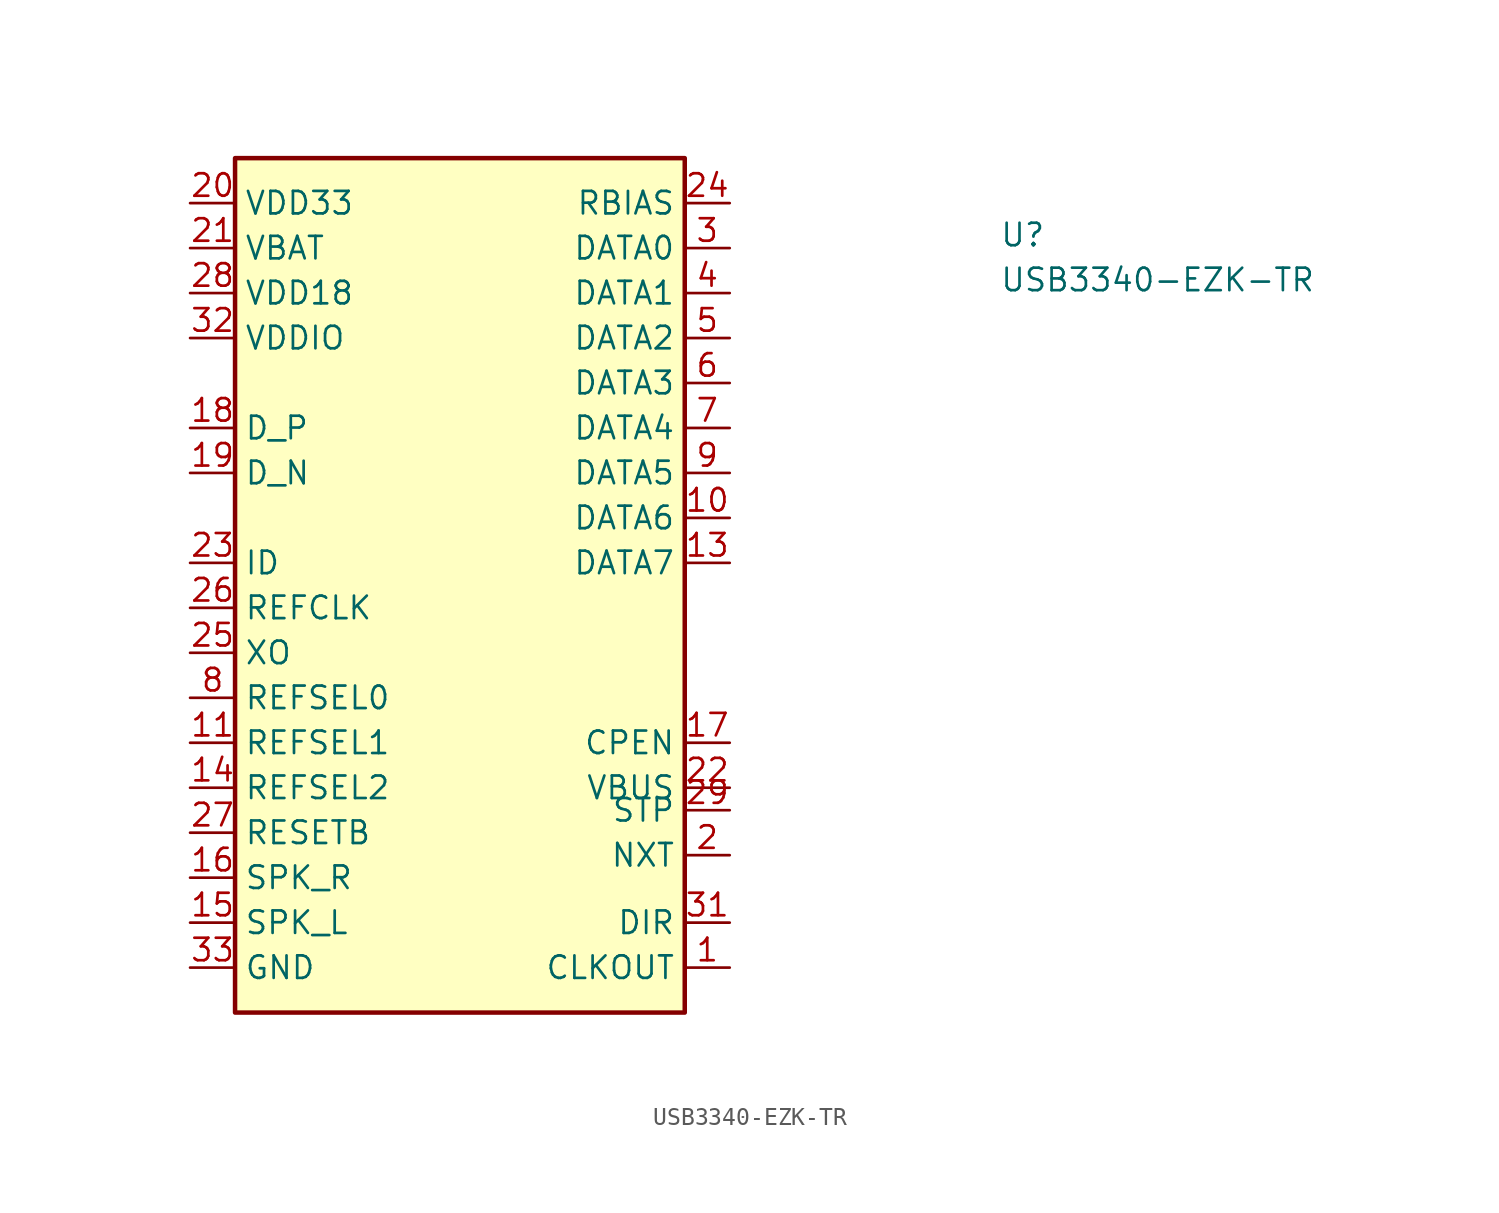
<source format=kicad_sym>
(kicad_symbol_lib
  (version 20211014)
  (generator kicad_symbol_editor)
  (symbol "USB3340-EZK-TR"
    (property "Reference" "U"
      (at 45.72 -2.54 0)
      (effects (font (size 1.27 1.27) (thickness 0.15)) (justify left bottom)))
    (property "Value" "USB3340-EZK-TR"
      (at 45.72 -5.08 0)
      (effects (font (size 1.27 1.27) (thickness 0.15)) (justify left bottom)))
    (symbol "USB3340-EZK-TR_1_1"
      (rectangle (start 2.54 2.54) (end 27.94 -45.72) (stroke (width 0.254) (type default) (color 0 0 0 0)) (fill (type background)))
      (pin output line (at 30.48 -43.18 180) (length 2.54) (name "CLKOUT" (effects (font (size 1.27 1.27)))) (number "1" (effects (font (size 1.27 1.27)))))
      (pin bidirectional line (at 30.48 -17.78 180) (length 2.54) (name "DATA6" (effects (font (size 1.27 1.27)))) (number "10" (effects (font (size 1.27 1.27)))))
      (pin input line (at 0 -30.48 0) (length 2.54) (name "REFSEL1" (effects (font (size 1.27 1.27)))) (number "11" (effects (font (size 1.27 1.27)))))
      (pin no_connect line (at 27.94 -27.94 180) (length 2.54) hide (name "NC" (effects (font (size 1.27 1.27)))) (number "12" (effects (font (size 1.27 1.27)))))
      (pin bidirectional line (at 30.48 -20.32 180) (length 2.54) (name "DATA7" (effects (font (size 1.27 1.27)))) (number "13" (effects (font (size 1.27 1.27)))))
      (pin input line (at 0 -33.02 0) (length 2.54) (name "REFSEL2" (effects (font (size 1.27 1.27)))) (number "14" (effects (font (size 1.27 1.27)))))
      (pin bidirectional line (at 0 -40.64 0) (length 2.54) (name "SPK_L" (effects (font (size 1.27 1.27)))) (number "15" (effects (font (size 1.27 1.27)))))
      (pin bidirectional line (at 0 -38.1 0) (length 2.54) (name "SPK_R" (effects (font (size 1.27 1.27)))) (number "16" (effects (font (size 1.27 1.27)))))
      (pin output line (at 30.48 -30.48 180) (length 2.54) (name "CPEN" (effects (font (size 1.27 1.27)))) (number "17" (effects (font (size 1.27 1.27)))))
      (pin bidirectional line (at 0 -12.7 0) (length 2.54) (name "D_P" (effects (font (size 1.27 1.27)))) (number "18" (effects (font (size 1.27 1.27)))))
      (pin bidirectional line (at 0 -15.24 0) (length 2.54) (name "D_N" (effects (font (size 1.27 1.27)))) (number "19" (effects (font (size 1.27 1.27)))))
      (pin output line (at 30.48 -36.83 180) (length 2.54) (name "NXT" (effects (font (size 1.27 1.27)))) (number "2" (effects (font (size 1.27 1.27)))))
      (pin power_in line (at 0 0 0) (length 2.54) (name "VDD33" (effects (font (size 1.27 1.27)))) (number "20" (effects (font (size 1.27 1.27)))))
      (pin power_in line (at 0 -2.54 0) (length 2.54) (name "VBAT" (effects (font (size 1.27 1.27)))) (number "21" (effects (font (size 1.27 1.27)))))
      (pin bidirectional line (at 30.48 -33.02 180) (length 2.54) (name "VBUS" (effects (font (size 1.27 1.27)))) (number "22" (effects (font (size 1.27 1.27)))))
      (pin input line (at 0 -20.32 0) (length 2.54) (name "ID" (effects (font (size 1.27 1.27)))) (number "23" (effects (font (size 1.27 1.27)))))
      (pin passive line (at 30.48 0 180) (length 2.54) (name "RBIAS" (effects (font (size 1.27 1.27)))) (number "24" (effects (font (size 1.27 1.27)))))
      (pin output line (at 0 -25.4 0) (length 2.54) (name "XO" (effects (font (size 1.27 1.27)))) (number "25" (effects (font (size 1.27 1.27)))))
      (pin input line (at 0 -22.86 0) (length 2.54) (name "REFCLK" (effects (font (size 1.27 1.27)))) (number "26" (effects (font (size 1.27 1.27)))))
      (pin input line (at 0 -35.56 0) (length 2.54) (name "RESETB" (effects (font (size 1.27 1.27)))) (number "27" (effects (font (size 1.27 1.27)))))
      (pin power_in line (at 0 -5.08 0) (length 2.54) (name "VDD18" (effects (font (size 1.27 1.27)))) (number "28" (effects (font (size 1.27 1.27)))))
      (pin input line (at 30.48 -34.29 180) (length 2.54) (name "STP" (effects (font (size 1.27 1.27)))) (number "29" (effects (font (size 1.27 1.27)))))
      (pin bidirectional line (at 30.48 -2.54 180) (length 2.54) (name "DATA0" (effects (font (size 1.27 1.27)))) (number "3" (effects (font (size 1.27 1.27)))))
      (pin no_connect line (at 2.54 -10.16 0) (length 2.54) hide (name "NC" (effects (font (size 1.27 1.27)))) (number "30" (effects (font (size 1.27 1.27)))))
      (pin output line (at 30.48 -40.64 180) (length 2.54) (name "DIR" (effects (font (size 1.27 1.27)))) (number "31" (effects (font (size 1.27 1.27)))))
      (pin power_in line (at 0 -7.62 0) (length 2.54) (name "VDDIO" (effects (font (size 1.27 1.27)))) (number "32" (effects (font (size 1.27 1.27)))))
      (pin power_in line (at 0 -43.18 0) (length 2.54) (name "GND" (effects (font (size 1.27 1.27)))) (number "33" (effects (font (size 1.27 1.27)))))
      (pin bidirectional line (at 30.48 -5.08 180) (length 2.54) (name "DATA1" (effects (font (size 1.27 1.27)))) (number "4" (effects (font (size 1.27 1.27)))))
      (pin bidirectional line (at 30.48 -7.62 180) (length 2.54) (name "DATA2" (effects (font (size 1.27 1.27)))) (number "5" (effects (font (size 1.27 1.27)))))
      (pin bidirectional line (at 30.48 -10.16 180) (length 2.54) (name "DATA3" (effects (font (size 1.27 1.27)))) (number "6" (effects (font (size 1.27 1.27)))))
      (pin bidirectional line (at 30.48 -12.7 180) (length 2.54) (name "DATA4" (effects (font (size 1.27 1.27)))) (number "7" (effects (font (size 1.27 1.27)))))
      (pin input line (at 0 -27.94 0) (length 2.54) (name "REFSEL0" (effects (font (size 1.27 1.27)))) (number "8" (effects (font (size 1.27 1.27)))))
      (pin bidirectional line (at 30.48 -15.24 180) (length 2.54) (name "DATA5" (effects (font (size 1.27 1.27)))) (number "9" (effects (font (size 1.27 1.27))))))))
</source>
